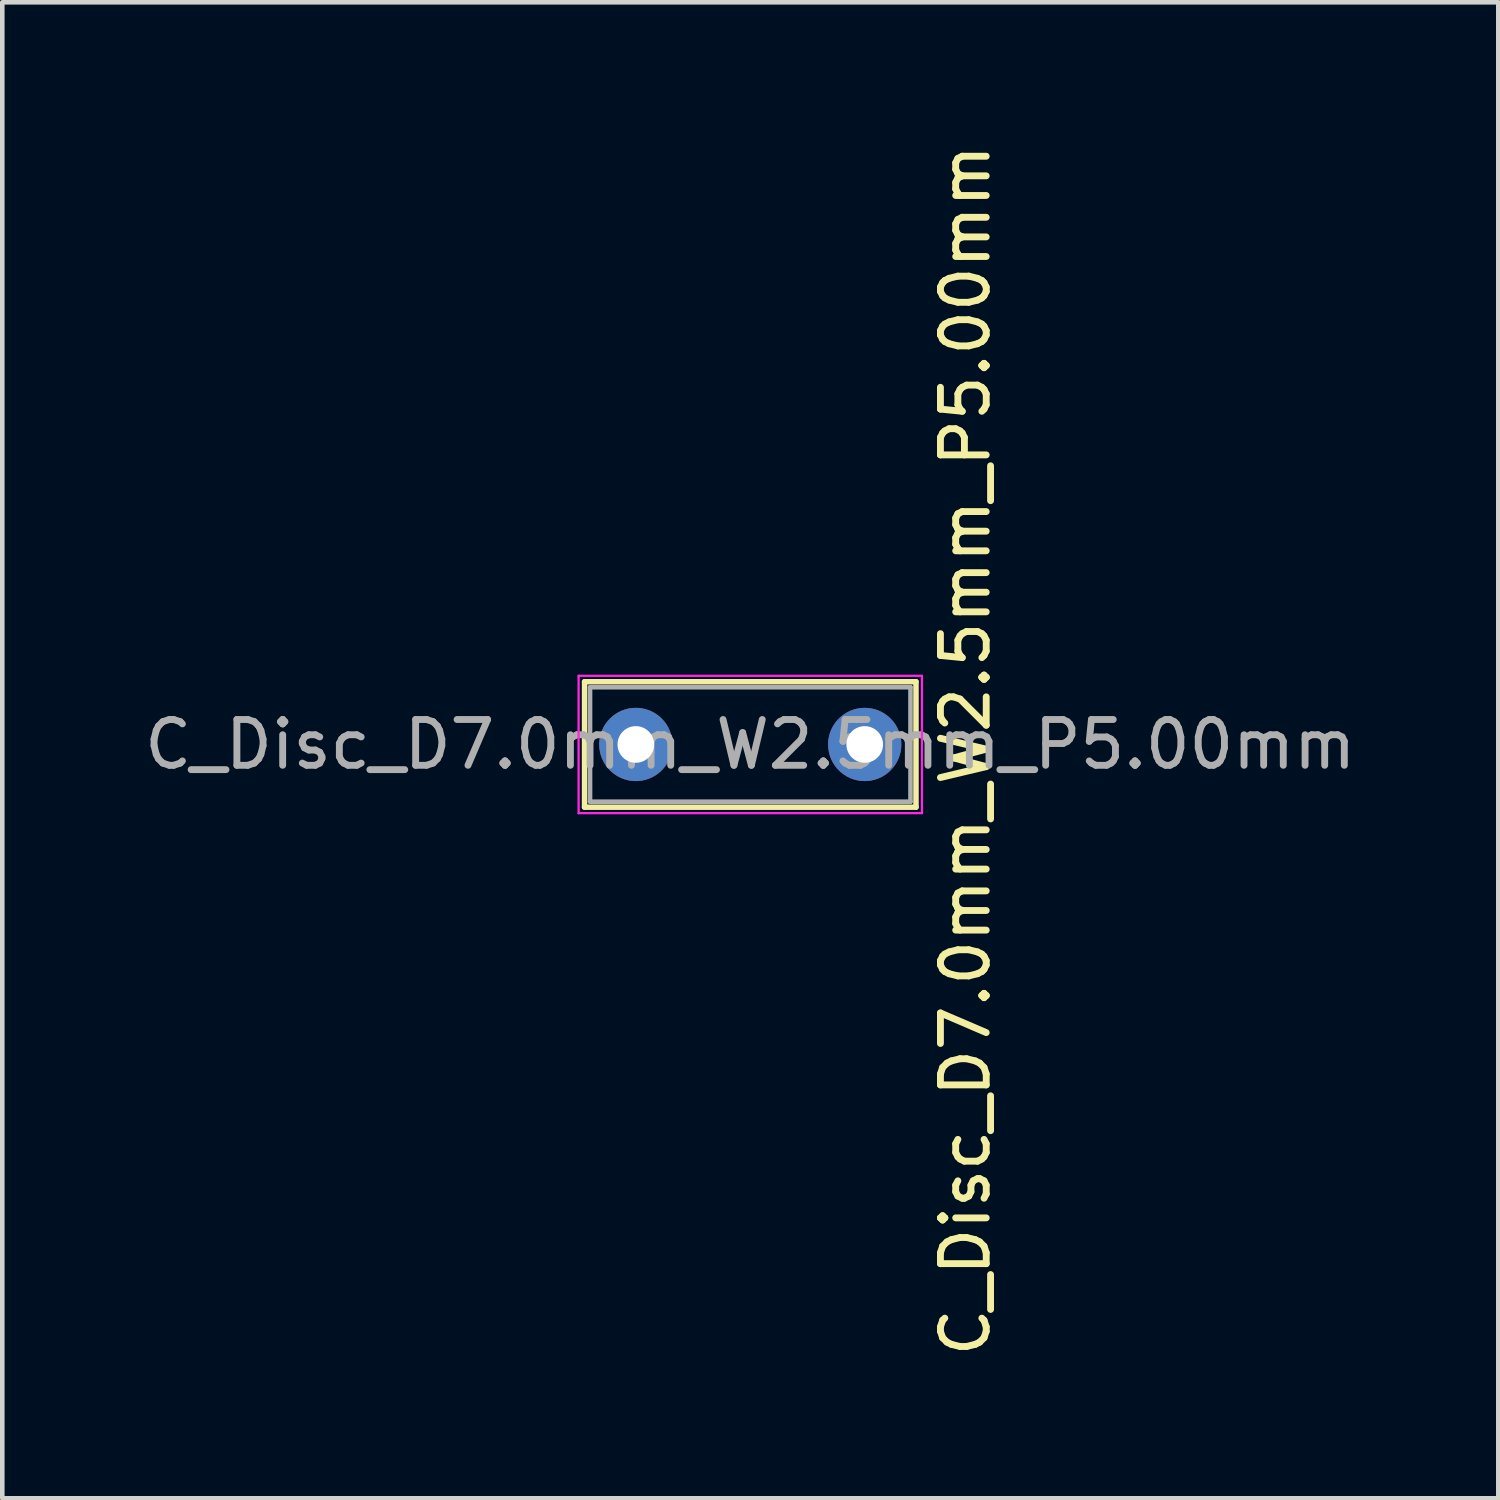
<source format=kicad_pcb>
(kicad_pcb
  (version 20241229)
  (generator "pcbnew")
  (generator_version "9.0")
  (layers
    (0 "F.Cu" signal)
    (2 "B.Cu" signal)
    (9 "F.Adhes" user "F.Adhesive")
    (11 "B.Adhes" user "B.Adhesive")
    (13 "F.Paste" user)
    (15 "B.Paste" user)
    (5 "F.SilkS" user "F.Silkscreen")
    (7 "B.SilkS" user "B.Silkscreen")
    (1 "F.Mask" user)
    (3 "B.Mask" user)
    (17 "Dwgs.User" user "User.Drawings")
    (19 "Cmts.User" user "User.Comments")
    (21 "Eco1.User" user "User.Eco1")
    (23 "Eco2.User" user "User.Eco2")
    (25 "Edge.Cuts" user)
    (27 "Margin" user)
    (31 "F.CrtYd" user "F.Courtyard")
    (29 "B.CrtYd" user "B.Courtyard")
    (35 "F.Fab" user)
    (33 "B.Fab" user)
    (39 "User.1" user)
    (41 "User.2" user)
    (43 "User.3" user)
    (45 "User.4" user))
  (footprint "C_Disc_D7.0mm_W2.5mm_P5.00mm"
    (layer "F.Cu")
    (at 10.839 13.212)
    (property "Reference" "C_Disc_D7.0mm_W2.5mm_P5.00mm" (at 7.199 0.127 90) (layer "F.SilkS") (effects (font (size 1 1) (thickness 0.15))))
    (attr through_hole)
    (fp_line (start -1.12 -1.37) (end -1.12 1.37) (stroke (width 0.12) (type solid)) (layer "F.SilkS"))
    (fp_line (start -1.12 -1.37) (end 6.12 -1.37) (stroke (width 0.12) (type solid)) (layer "F.SilkS"))
    (fp_line (start -1.12 1.37) (end 6.12 1.37) (stroke (width 0.12) (type solid)) (layer "F.SilkS"))
    (fp_line (start 6.12 -1.37) (end 6.12 1.37) (stroke (width 0.12) (type solid)) (layer "F.SilkS"))
    (fp_line (start -1.25 -1.5) (end -1.25 1.5) (stroke (width 0.05) (type solid)) (layer "F.CrtYd"))
    (fp_line (start -1.25 1.5) (end 6.25 1.5) (stroke (width 0.05) (type solid)) (layer "F.CrtYd"))
    (fp_line (start 6.25 -1.5) (end -1.25 -1.5) (stroke (width 0.05) (type solid)) (layer "F.CrtYd"))
    (fp_line (start 6.25 1.5) (end 6.25 -1.5) (stroke (width 0.05) (type solid)) (layer "F.CrtYd"))
    (fp_line (start -1 -1.25) (end -1 1.25) (stroke (width 0.1) (type solid)) (layer "F.Fab"))
    (fp_line (start -1 1.25) (end 6 1.25) (stroke (width 0.1) (type solid)) (layer "F.Fab"))
    (fp_line (start 6 -1.25) (end -1 -1.25) (stroke (width 0.1) (type solid)) (layer "F.Fab"))
    (fp_line (start 6 1.25) (end 6 -1.25) (stroke (width 0.1) (type solid)) (layer "F.Fab"))
    (fp_text user "${REFERENCE}" (at 2.5 0 0) (layer "F.Fab") (effects (font (size 1 1) (thickness 0.15))))
    (pad "1" thru_hole circle (at 0 0) (size 1.6 1.6) (drill 0.8) (layers "*.Cu" "*.Mask"))
    (pad "2" thru_hole circle (at 5 0) (size 1.6 1.6) (drill 0.8) (layers "*.Cu" "*.Mask")))
  (gr_rect
    (start -3 -3)
    (end 29.679 29.679)
    (stroke (width 0.1) (type default))
    (fill no)
    (layer "Edge.Cuts")))
</source>
